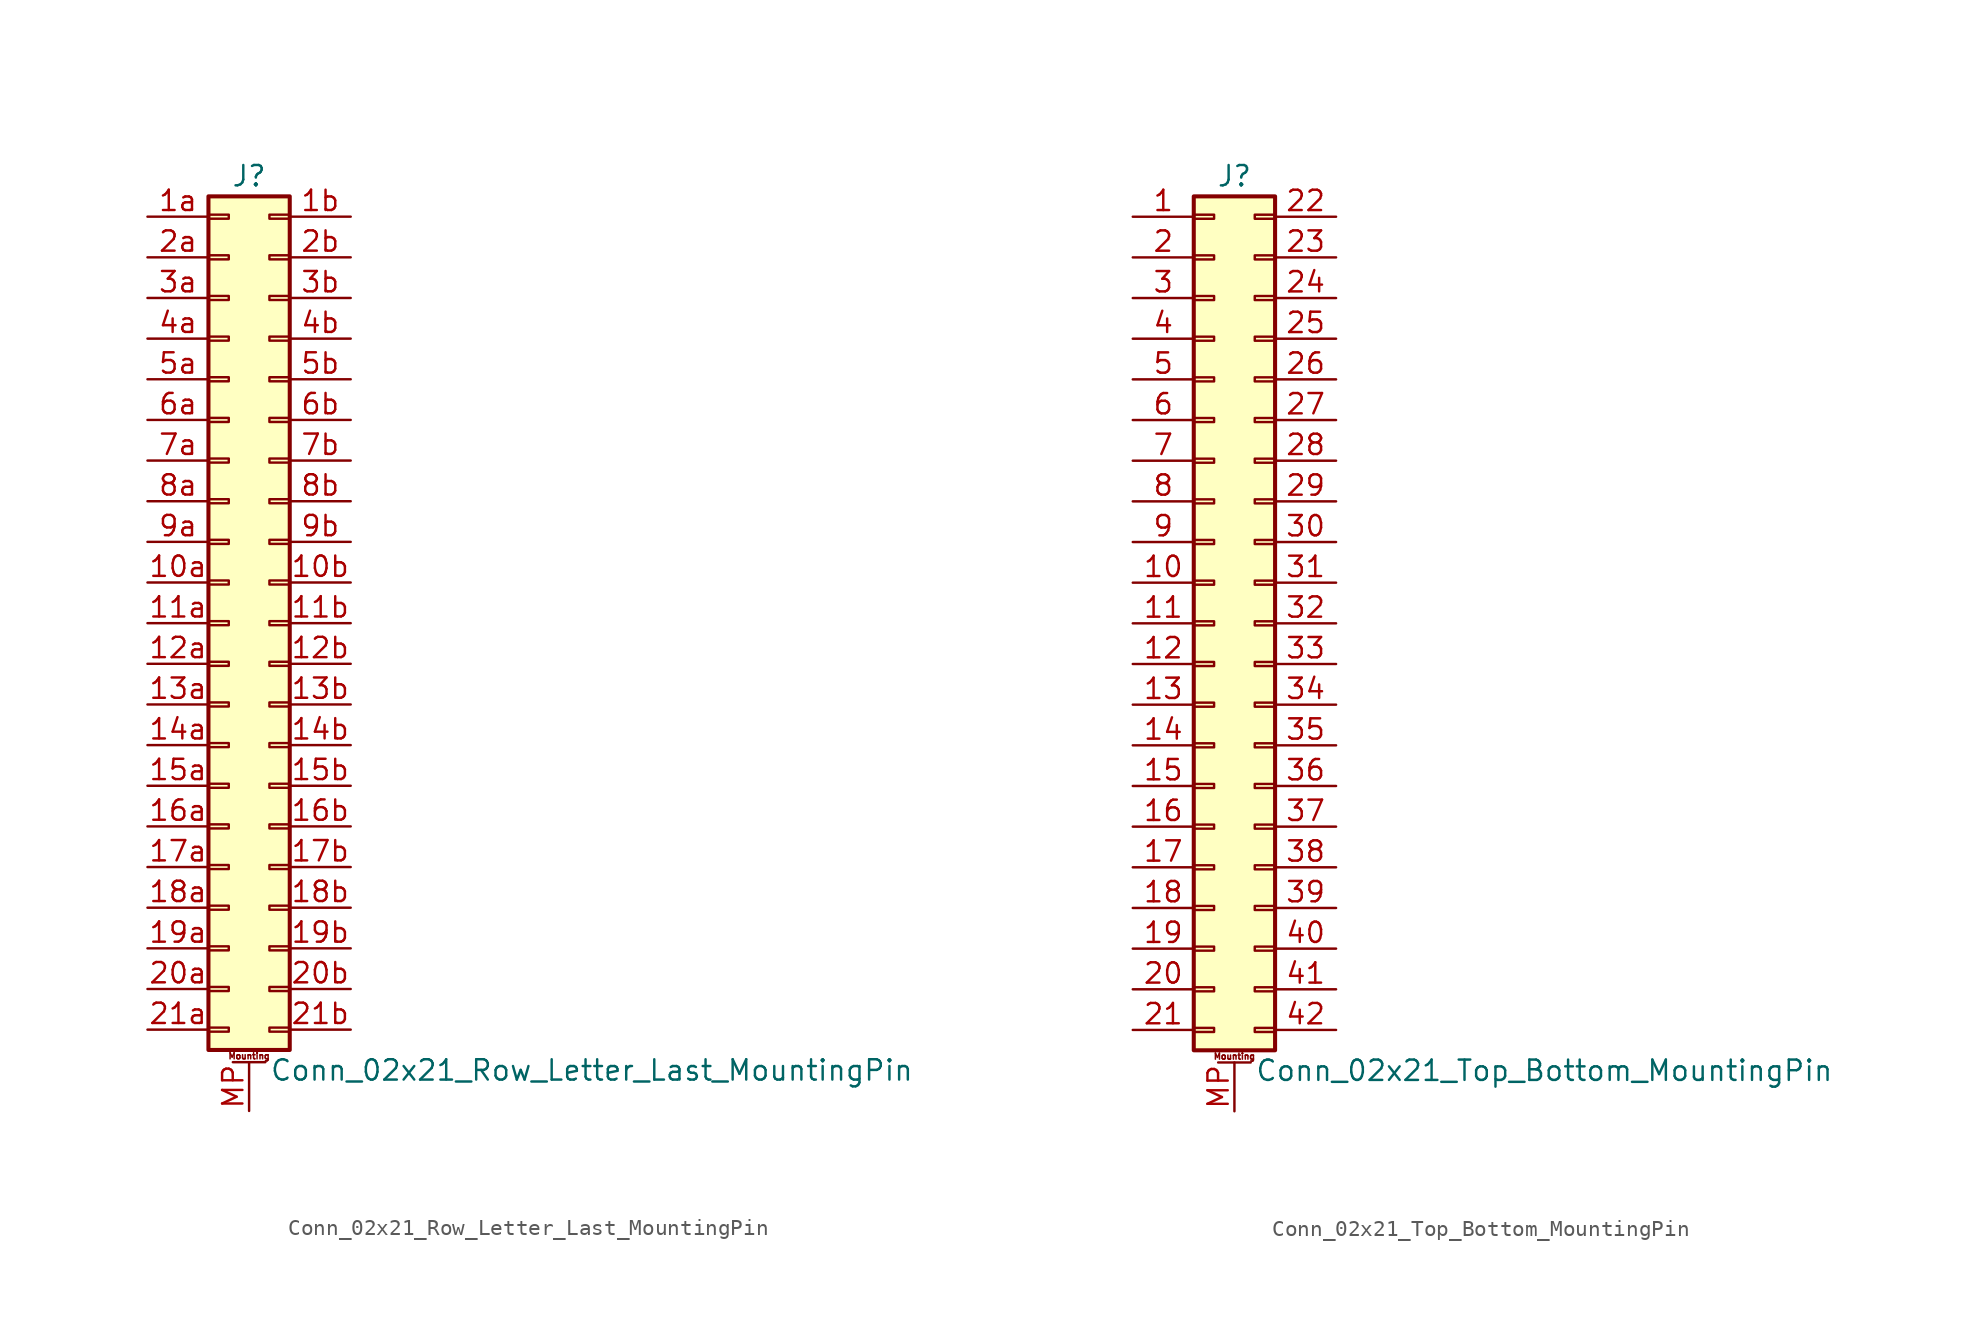
<source format=kicad_sym>
(kicad_symbol_lib
  (version 20201005)
  (generator kicad_symbol_editor)
  (symbol "Conn_02x21_Row_Letter_Last_MountingPin"
    (pin_names
      (offset 1.016) hide)
    (property "Reference" "J"
      (at 1.27 27.94 0)
      (effects (font (size 1.27 1.27))))
    (property "Value" "Conn_02x21_Row_Letter_Last_MountingPin"
      (at 2.54 -27.94 0)
      (effects (font (size 1.27 1.27)) (justify left)))
    (symbol "Conn_02x21_Row_Letter_Last_MountingPin_1_1"
      (text "Mounting" (at 1.27 -27.051 0) (effects (font (size 0.381 0.381))))
      (rectangle (start -1.27 -25.273) (end 0 -25.527) (stroke (width 0.152)) (fill (type none)))
      (rectangle (start -1.27 -22.733) (end 0 -22.987) (stroke (width 0.152)) (fill (type none)))
      (rectangle (start -1.27 -20.193) (end 0 -20.447) (stroke (width 0.152)) (fill (type none)))
      (rectangle (start -1.27 -17.653) (end 0 -17.907) (stroke (width 0.152)) (fill (type none)))
      (rectangle (start -1.27 -15.113) (end 0 -15.367) (stroke (width 0.152)) (fill (type none)))
      (rectangle (start -1.27 -12.573) (end 0 -12.827) (stroke (width 0.152)) (fill (type none)))
      (rectangle (start -1.27 -10.033) (end 0 -10.287) (stroke (width 0.152)) (fill (type none)))
      (rectangle (start -1.27 -7.493) (end 0 -7.747) (stroke (width 0.152)) (fill (type none)))
      (rectangle (start -1.27 -4.953) (end 0 -5.207) (stroke (width 0.152)) (fill (type none)))
      (rectangle (start -1.27 -2.413) (end 0 -2.667) (stroke (width 0.152)) (fill (type none)))
      (rectangle (start -1.27 0.127) (end 0 -0.127) (stroke (width 0.152)) (fill (type none)))
      (rectangle (start -1.27 2.667) (end 0 2.413) (stroke (width 0.152)) (fill (type none)))
      (rectangle (start -1.27 5.207) (end 0 4.953) (stroke (width 0.152)) (fill (type none)))
      (rectangle (start -1.27 7.747) (end 0 7.493) (stroke (width 0.152)) (fill (type none)))
      (rectangle (start -1.27 10.287) (end 0 10.033) (stroke (width 0.152)) (fill (type none)))
      (rectangle (start -1.27 12.827) (end 0 12.573) (stroke (width 0.152)) (fill (type none)))
      (rectangle (start -1.27 15.367) (end 0 15.113) (stroke (width 0.152)) (fill (type none)))
      (rectangle (start -1.27 17.907) (end 0 17.653) (stroke (width 0.152)) (fill (type none)))
      (rectangle (start -1.27 20.447) (end 0 20.193) (stroke (width 0.152)) (fill (type none)))
      (rectangle (start -1.27 22.987) (end 0 22.733) (stroke (width 0.152)) (fill (type none)))
      (rectangle (start -1.27 25.527) (end 0 25.273) (stroke (width 0.152)) (fill (type none)))
      (rectangle (start -1.27 26.67) (end 3.81 -26.67) (stroke (width 0.254)) (fill (type background)))
      (rectangle (start 3.81 -25.273) (end 2.54 -25.527) (stroke (width 0.152)) (fill (type none)))
      (rectangle (start 3.81 -22.733) (end 2.54 -22.987) (stroke (width 0.152)) (fill (type none)))
      (rectangle (start 3.81 -20.193) (end 2.54 -20.447) (stroke (width 0.152)) (fill (type none)))
      (rectangle (start 3.81 -17.653) (end 2.54 -17.907) (stroke (width 0.152)) (fill (type none)))
      (rectangle (start 3.81 -15.113) (end 2.54 -15.367) (stroke (width 0.152)) (fill (type none)))
      (rectangle (start 3.81 -12.573) (end 2.54 -12.827) (stroke (width 0.152)) (fill (type none)))
      (rectangle (start 3.81 -10.033) (end 2.54 -10.287) (stroke (width 0.152)) (fill (type none)))
      (rectangle (start 3.81 -7.493) (end 2.54 -7.747) (stroke (width 0.152)) (fill (type none)))
      (rectangle (start 3.81 -4.953) (end 2.54 -5.207) (stroke (width 0.152)) (fill (type none)))
      (rectangle (start 3.81 -2.413) (end 2.54 -2.667) (stroke (width 0.152)) (fill (type none)))
      (rectangle (start 3.81 0.127) (end 2.54 -0.127) (stroke (width 0.152)) (fill (type none)))
      (rectangle (start 3.81 2.667) (end 2.54 2.413) (stroke (width 0.152)) (fill (type none)))
      (rectangle (start 3.81 5.207) (end 2.54 4.953) (stroke (width 0.152)) (fill (type none)))
      (rectangle (start 3.81 7.747) (end 2.54 7.493) (stroke (width 0.152)) (fill (type none)))
      (rectangle (start 3.81 10.287) (end 2.54 10.033) (stroke (width 0.152)) (fill (type none)))
      (rectangle (start 3.81 12.827) (end 2.54 12.573) (stroke (width 0.152)) (fill (type none)))
      (rectangle (start 3.81 15.367) (end 2.54 15.113) (stroke (width 0.152)) (fill (type none)))
      (rectangle (start 3.81 17.907) (end 2.54 17.653) (stroke (width 0.152)) (fill (type none)))
      (rectangle (start 3.81 20.447) (end 2.54 20.193) (stroke (width 0.152)) (fill (type none)))
      (rectangle (start 3.81 22.987) (end 2.54 22.733) (stroke (width 0.152)) (fill (type none)))
      (rectangle (start 3.81 25.527) (end 2.54 25.273) (stroke (width 0.152)) (fill (type none)))
      (polyline (pts (xy 0.254 -27.432) (xy 2.286 -27.432)) (stroke (width 0.152)) (fill (type none)))
      (pin passive line (at -5.08 2.54 0) (length 3.81) (name "Pin_10a" (effects (font (size 1.27 1.27)))) (number "10a" (effects (font (size 1.27 1.27)))))
      (pin passive line (at 7.62 2.54 180) (length 3.81) (name "Pin_10b" (effects (font (size 1.27 1.27)))) (number "10b" (effects (font (size 1.27 1.27)))))
      (pin passive line (at -5.08 0 0) (length 3.81) (name "Pin_11a" (effects (font (size 1.27 1.27)))) (number "11a" (effects (font (size 1.27 1.27)))))
      (pin passive line (at 7.62 0 180) (length 3.81) (name "Pin_11b" (effects (font (size 1.27 1.27)))) (number "11b" (effects (font (size 1.27 1.27)))))
      (pin passive line (at -5.08 -2.54 0) (length 3.81) (name "Pin_12a" (effects (font (size 1.27 1.27)))) (number "12a" (effects (font (size 1.27 1.27)))))
      (pin passive line (at 7.62 -2.54 180) (length 3.81) (name "Pin_12b" (effects (font (size 1.27 1.27)))) (number "12b" (effects (font (size 1.27 1.27)))))
      (pin passive line (at -5.08 -5.08 0) (length 3.81) (name "Pin_13a" (effects (font (size 1.27 1.27)))) (number "13a" (effects (font (size 1.27 1.27)))))
      (pin passive line (at 7.62 -5.08 180) (length 3.81) (name "Pin_13b" (effects (font (size 1.27 1.27)))) (number "13b" (effects (font (size 1.27 1.27)))))
      (pin passive line (at -5.08 -7.62 0) (length 3.81) (name "Pin_14a" (effects (font (size 1.27 1.27)))) (number "14a" (effects (font (size 1.27 1.27)))))
      (pin passive line (at 7.62 -7.62 180) (length 3.81) (name "Pin_14b" (effects (font (size 1.27 1.27)))) (number "14b" (effects (font (size 1.27 1.27)))))
      (pin passive line (at -5.08 -10.16 0) (length 3.81) (name "Pin_15a" (effects (font (size 1.27 1.27)))) (number "15a" (effects (font (size 1.27 1.27)))))
      (pin passive line (at 7.62 -10.16 180) (length 3.81) (name "Pin_15b" (effects (font (size 1.27 1.27)))) (number "15b" (effects (font (size 1.27 1.27)))))
      (pin passive line (at -5.08 -12.7 0) (length 3.81) (name "Pin_16a" (effects (font (size 1.27 1.27)))) (number "16a" (effects (font (size 1.27 1.27)))))
      (pin passive line (at 7.62 -12.7 180) (length 3.81) (name "Pin_16b" (effects (font (size 1.27 1.27)))) (number "16b" (effects (font (size 1.27 1.27)))))
      (pin passive line (at -5.08 -15.24 0) (length 3.81) (name "Pin_17a" (effects (font (size 1.27 1.27)))) (number "17a" (effects (font (size 1.27 1.27)))))
      (pin passive line (at 7.62 -15.24 180) (length 3.81) (name "Pin_17b" (effects (font (size 1.27 1.27)))) (number "17b" (effects (font (size 1.27 1.27)))))
      (pin passive line (at -5.08 -17.78 0) (length 3.81) (name "Pin_18a" (effects (font (size 1.27 1.27)))) (number "18a" (effects (font (size 1.27 1.27)))))
      (pin passive line (at 7.62 -17.78 180) (length 3.81) (name "Pin_18b" (effects (font (size 1.27 1.27)))) (number "18b" (effects (font (size 1.27 1.27)))))
      (pin passive line (at -5.08 -20.32 0) (length 3.81) (name "Pin_19a" (effects (font (size 1.27 1.27)))) (number "19a" (effects (font (size 1.27 1.27)))))
      (pin passive line (at 7.62 -20.32 180) (length 3.81) (name "Pin_19b" (effects (font (size 1.27 1.27)))) (number "19b" (effects (font (size 1.27 1.27)))))
      (pin passive line (at -5.08 25.4 0) (length 3.81) (name "Pin_1a" (effects (font (size 1.27 1.27)))) (number "1a" (effects (font (size 1.27 1.27)))))
      (pin passive line (at 7.62 25.4 180) (length 3.81) (name "Pin_1b" (effects (font (size 1.27 1.27)))) (number "1b" (effects (font (size 1.27 1.27)))))
      (pin passive line (at -5.08 -22.86 0) (length 3.81) (name "Pin_20a" (effects (font (size 1.27 1.27)))) (number "20a" (effects (font (size 1.27 1.27)))))
      (pin passive line (at 7.62 -22.86 180) (length 3.81) (name "Pin_20b" (effects (font (size 1.27 1.27)))) (number "20b" (effects (font (size 1.27 1.27)))))
      (pin passive line (at -5.08 -25.4 0) (length 3.81) (name "Pin_21a" (effects (font (size 1.27 1.27)))) (number "21a" (effects (font (size 1.27 1.27)))))
      (pin passive line (at 7.62 -25.4 180) (length 3.81) (name "Pin_21b" (effects (font (size 1.27 1.27)))) (number "21b" (effects (font (size 1.27 1.27)))))
      (pin passive line (at -5.08 22.86 0) (length 3.81) (name "Pin_2a" (effects (font (size 1.27 1.27)))) (number "2a" (effects (font (size 1.27 1.27)))))
      (pin passive line (at 7.62 22.86 180) (length 3.81) (name "Pin_2b" (effects (font (size 1.27 1.27)))) (number "2b" (effects (font (size 1.27 1.27)))))
      (pin passive line (at -5.08 20.32 0) (length 3.81) (name "Pin_3a" (effects (font (size 1.27 1.27)))) (number "3a" (effects (font (size 1.27 1.27)))))
      (pin passive line (at 7.62 20.32 180) (length 3.81) (name "Pin_3b" (effects (font (size 1.27 1.27)))) (number "3b" (effects (font (size 1.27 1.27)))))
      (pin passive line (at -5.08 17.78 0) (length 3.81) (name "Pin_4a" (effects (font (size 1.27 1.27)))) (number "4a" (effects (font (size 1.27 1.27)))))
      (pin passive line (at 7.62 17.78 180) (length 3.81) (name "Pin_4b" (effects (font (size 1.27 1.27)))) (number "4b" (effects (font (size 1.27 1.27)))))
      (pin passive line (at -5.08 15.24 0) (length 3.81) (name "Pin_5a" (effects (font (size 1.27 1.27)))) (number "5a" (effects (font (size 1.27 1.27)))))
      (pin passive line (at 7.62 15.24 180) (length 3.81) (name "Pin_5b" (effects (font (size 1.27 1.27)))) (number "5b" (effects (font (size 1.27 1.27)))))
      (pin passive line (at -5.08 12.7 0) (length 3.81) (name "Pin_6a" (effects (font (size 1.27 1.27)))) (number "6a" (effects (font (size 1.27 1.27)))))
      (pin passive line (at 7.62 12.7 180) (length 3.81) (name "Pin_6b" (effects (font (size 1.27 1.27)))) (number "6b" (effects (font (size 1.27 1.27)))))
      (pin passive line (at -5.08 10.16 0) (length 3.81) (name "Pin_7a" (effects (font (size 1.27 1.27)))) (number "7a" (effects (font (size 1.27 1.27)))))
      (pin passive line (at 7.62 10.16 180) (length 3.81) (name "Pin_7b" (effects (font (size 1.27 1.27)))) (number "7b" (effects (font (size 1.27 1.27)))))
      (pin passive line (at -5.08 7.62 0) (length 3.81) (name "Pin_8a" (effects (font (size 1.27 1.27)))) (number "8a" (effects (font (size 1.27 1.27)))))
      (pin passive line (at 7.62 7.62 180) (length 3.81) (name "Pin_8b" (effects (font (size 1.27 1.27)))) (number "8b" (effects (font (size 1.27 1.27)))))
      (pin passive line (at -5.08 5.08 0) (length 3.81) (name "Pin_9a" (effects (font (size 1.27 1.27)))) (number "9a" (effects (font (size 1.27 1.27)))))
      (pin passive line (at 7.62 5.08 180) (length 3.81) (name "Pin_9b" (effects (font (size 1.27 1.27)))) (number "9b" (effects (font (size 1.27 1.27)))))
      (pin passive line (at 1.27 -30.48 90) (length 3.048) (name "MountPin" (effects (font (size 1.27 1.27)))) (number "MP" (effects (font (size 1.27 1.27)))))))
  (symbol "Conn_02x21_Top_Bottom_MountingPin"
    (pin_names
      (offset 1.016) hide)
    (property "Reference" "J"
      (at 1.27 27.94 0)
      (effects (font (size 1.27 1.27))))
    (property "Value" "Conn_02x21_Top_Bottom_MountingPin"
      (at 2.54 -27.94 0)
      (effects (font (size 1.27 1.27)) (justify left)))
    (symbol "Conn_02x21_Top_Bottom_MountingPin_1_1"
      (text "Mounting" (at 1.27 -27.051 0) (effects (font (size 0.381 0.381))))
      (rectangle (start -1.27 -25.273) (end 0 -25.527) (stroke (width 0.152)) (fill (type none)))
      (rectangle (start -1.27 -22.733) (end 0 -22.987) (stroke (width 0.152)) (fill (type none)))
      (rectangle (start -1.27 -20.193) (end 0 -20.447) (stroke (width 0.152)) (fill (type none)))
      (rectangle (start -1.27 -17.653) (end 0 -17.907) (stroke (width 0.152)) (fill (type none)))
      (rectangle (start -1.27 -15.113) (end 0 -15.367) (stroke (width 0.152)) (fill (type none)))
      (rectangle (start -1.27 -12.573) (end 0 -12.827) (stroke (width 0.152)) (fill (type none)))
      (rectangle (start -1.27 -10.033) (end 0 -10.287) (stroke (width 0.152)) (fill (type none)))
      (rectangle (start -1.27 -7.493) (end 0 -7.747) (stroke (width 0.152)) (fill (type none)))
      (rectangle (start -1.27 -4.953) (end 0 -5.207) (stroke (width 0.152)) (fill (type none)))
      (rectangle (start -1.27 -2.413) (end 0 -2.667) (stroke (width 0.152)) (fill (type none)))
      (rectangle (start -1.27 0.127) (end 0 -0.127) (stroke (width 0.152)) (fill (type none)))
      (rectangle (start -1.27 2.667) (end 0 2.413) (stroke (width 0.152)) (fill (type none)))
      (rectangle (start -1.27 5.207) (end 0 4.953) (stroke (width 0.152)) (fill (type none)))
      (rectangle (start -1.27 7.747) (end 0 7.493) (stroke (width 0.152)) (fill (type none)))
      (rectangle (start -1.27 10.287) (end 0 10.033) (stroke (width 0.152)) (fill (type none)))
      (rectangle (start -1.27 12.827) (end 0 12.573) (stroke (width 0.152)) (fill (type none)))
      (rectangle (start -1.27 15.367) (end 0 15.113) (stroke (width 0.152)) (fill (type none)))
      (rectangle (start -1.27 17.907) (end 0 17.653) (stroke (width 0.152)) (fill (type none)))
      (rectangle (start -1.27 20.447) (end 0 20.193) (stroke (width 0.152)) (fill (type none)))
      (rectangle (start -1.27 22.987) (end 0 22.733) (stroke (width 0.152)) (fill (type none)))
      (rectangle (start -1.27 25.527) (end 0 25.273) (stroke (width 0.152)) (fill (type none)))
      (rectangle (start -1.27 26.67) (end 3.81 -26.67) (stroke (width 0.254)) (fill (type background)))
      (rectangle (start 3.81 -25.273) (end 2.54 -25.527) (stroke (width 0.152)) (fill (type none)))
      (rectangle (start 3.81 -22.733) (end 2.54 -22.987) (stroke (width 0.152)) (fill (type none)))
      (rectangle (start 3.81 -20.193) (end 2.54 -20.447) (stroke (width 0.152)) (fill (type none)))
      (rectangle (start 3.81 -17.653) (end 2.54 -17.907) (stroke (width 0.152)) (fill (type none)))
      (rectangle (start 3.81 -15.113) (end 2.54 -15.367) (stroke (width 0.152)) (fill (type none)))
      (rectangle (start 3.81 -12.573) (end 2.54 -12.827) (stroke (width 0.152)) (fill (type none)))
      (rectangle (start 3.81 -10.033) (end 2.54 -10.287) (stroke (width 0.152)) (fill (type none)))
      (rectangle (start 3.81 -7.493) (end 2.54 -7.747) (stroke (width 0.152)) (fill (type none)))
      (rectangle (start 3.81 -4.953) (end 2.54 -5.207) (stroke (width 0.152)) (fill (type none)))
      (rectangle (start 3.81 -2.413) (end 2.54 -2.667) (stroke (width 0.152)) (fill (type none)))
      (rectangle (start 3.81 0.127) (end 2.54 -0.127) (stroke (width 0.152)) (fill (type none)))
      (rectangle (start 3.81 2.667) (end 2.54 2.413) (stroke (width 0.152)) (fill (type none)))
      (rectangle (start 3.81 5.207) (end 2.54 4.953) (stroke (width 0.152)) (fill (type none)))
      (rectangle (start 3.81 7.747) (end 2.54 7.493) (stroke (width 0.152)) (fill (type none)))
      (rectangle (start 3.81 10.287) (end 2.54 10.033) (stroke (width 0.152)) (fill (type none)))
      (rectangle (start 3.81 12.827) (end 2.54 12.573) (stroke (width 0.152)) (fill (type none)))
      (rectangle (start 3.81 15.367) (end 2.54 15.113) (stroke (width 0.152)) (fill (type none)))
      (rectangle (start 3.81 17.907) (end 2.54 17.653) (stroke (width 0.152)) (fill (type none)))
      (rectangle (start 3.81 20.447) (end 2.54 20.193) (stroke (width 0.152)) (fill (type none)))
      (rectangle (start 3.81 22.987) (end 2.54 22.733) (stroke (width 0.152)) (fill (type none)))
      (rectangle (start 3.81 25.527) (end 2.54 25.273) (stroke (width 0.152)) (fill (type none)))
      (polyline (pts (xy 0.254 -27.432) (xy 2.286 -27.432)) (stroke (width 0.152)) (fill (type none)))
      (pin passive line (at -5.08 25.4 0) (length 3.81) (name "Pin_1" (effects (font (size 1.27 1.27)))) (number "1" (effects (font (size 1.27 1.27)))))
      (pin passive line (at -5.08 2.54 0) (length 3.81) (name "Pin_10" (effects (font (size 1.27 1.27)))) (number "10" (effects (font (size 1.27 1.27)))))
      (pin passive line (at -5.08 0 0) (length 3.81) (name "Pin_11" (effects (font (size 1.27 1.27)))) (number "11" (effects (font (size 1.27 1.27)))))
      (pin passive line (at -5.08 -2.54 0) (length 3.81) (name "Pin_12" (effects (font (size 1.27 1.27)))) (number "12" (effects (font (size 1.27 1.27)))))
      (pin passive line (at -5.08 -5.08 0) (length 3.81) (name "Pin_13" (effects (font (size 1.27 1.27)))) (number "13" (effects (font (size 1.27 1.27)))))
      (pin passive line (at -5.08 -7.62 0) (length 3.81) (name "Pin_14" (effects (font (size 1.27 1.27)))) (number "14" (effects (font (size 1.27 1.27)))))
      (pin passive line (at -5.08 -10.16 0) (length 3.81) (name "Pin_15" (effects (font (size 1.27 1.27)))) (number "15" (effects (font (size 1.27 1.27)))))
      (pin passive line (at -5.08 -12.7 0) (length 3.81) (name "Pin_16" (effects (font (size 1.27 1.27)))) (number "16" (effects (font (size 1.27 1.27)))))
      (pin passive line (at -5.08 -15.24 0) (length 3.81) (name "Pin_17" (effects (font (size 1.27 1.27)))) (number "17" (effects (font (size 1.27 1.27)))))
      (pin passive line (at -5.08 -17.78 0) (length 3.81) (name "Pin_18" (effects (font (size 1.27 1.27)))) (number "18" (effects (font (size 1.27 1.27)))))
      (pin passive line (at -5.08 -20.32 0) (length 3.81) (name "Pin_19" (effects (font (size 1.27 1.27)))) (number "19" (effects (font (size 1.27 1.27)))))
      (pin passive line (at -5.08 22.86 0) (length 3.81) (name "Pin_2" (effects (font (size 1.27 1.27)))) (number "2" (effects (font (size 1.27 1.27)))))
      (pin passive line (at -5.08 -22.86 0) (length 3.81) (name "Pin_20" (effects (font (size 1.27 1.27)))) (number "20" (effects (font (size 1.27 1.27)))))
      (pin passive line (at -5.08 -25.4 0) (length 3.81) (name "Pin_21" (effects (font (size 1.27 1.27)))) (number "21" (effects (font (size 1.27 1.27)))))
      (pin passive line (at 7.62 25.4 180) (length 3.81) (name "Pin_22" (effects (font (size 1.27 1.27)))) (number "22" (effects (font (size 1.27 1.27)))))
      (pin passive line (at 7.62 22.86 180) (length 3.81) (name "Pin_23" (effects (font (size 1.27 1.27)))) (number "23" (effects (font (size 1.27 1.27)))))
      (pin passive line (at 7.62 20.32 180) (length 3.81) (name "Pin_24" (effects (font (size 1.27 1.27)))) (number "24" (effects (font (size 1.27 1.27)))))
      (pin passive line (at 7.62 17.78 180) (length 3.81) (name "Pin_25" (effects (font (size 1.27 1.27)))) (number "25" (effects (font (size 1.27 1.27)))))
      (pin passive line (at 7.62 15.24 180) (length 3.81) (name "Pin_26" (effects (font (size 1.27 1.27)))) (number "26" (effects (font (size 1.27 1.27)))))
      (pin passive line (at 7.62 12.7 180) (length 3.81) (name "Pin_27" (effects (font (size 1.27 1.27)))) (number "27" (effects (font (size 1.27 1.27)))))
      (pin passive line (at 7.62 10.16 180) (length 3.81) (name "Pin_28" (effects (font (size 1.27 1.27)))) (number "28" (effects (font (size 1.27 1.27)))))
      (pin passive line (at 7.62 7.62 180) (length 3.81) (name "Pin_29" (effects (font (size 1.27 1.27)))) (number "29" (effects (font (size 1.27 1.27)))))
      (pin passive line (at -5.08 20.32 0) (length 3.81) (name "Pin_3" (effects (font (size 1.27 1.27)))) (number "3" (effects (font (size 1.27 1.27)))))
      (pin passive line (at 7.62 5.08 180) (length 3.81) (name "Pin_30" (effects (font (size 1.27 1.27)))) (number "30" (effects (font (size 1.27 1.27)))))
      (pin passive line (at 7.62 2.54 180) (length 3.81) (name "Pin_31" (effects (font (size 1.27 1.27)))) (number "31" (effects (font (size 1.27 1.27)))))
      (pin passive line (at 7.62 0 180) (length 3.81) (name "Pin_32" (effects (font (size 1.27 1.27)))) (number "32" (effects (font (size 1.27 1.27)))))
      (pin passive line (at 7.62 -2.54 180) (length 3.81) (name "Pin_33" (effects (font (size 1.27 1.27)))) (number "33" (effects (font (size 1.27 1.27)))))
      (pin passive line (at 7.62 -5.08 180) (length 3.81) (name "Pin_34" (effects (font (size 1.27 1.27)))) (number "34" (effects (font (size 1.27 1.27)))))
      (pin passive line (at 7.62 -7.62 180) (length 3.81) (name "Pin_35" (effects (font (size 1.27 1.27)))) (number "35" (effects (font (size 1.27 1.27)))))
      (pin passive line (at 7.62 -10.16 180) (length 3.81) (name "Pin_36" (effects (font (size 1.27 1.27)))) (number "36" (effects (font (size 1.27 1.27)))))
      (pin passive line (at 7.62 -12.7 180) (length 3.81) (name "Pin_37" (effects (font (size 1.27 1.27)))) (number "37" (effects (font (size 1.27 1.27)))))
      (pin passive line (at 7.62 -15.24 180) (length 3.81) (name "Pin_38" (effects (font (size 1.27 1.27)))) (number "38" (effects (font (size 1.27 1.27)))))
      (pin passive line (at 7.62 -17.78 180) (length 3.81) (name "Pin_39" (effects (font (size 1.27 1.27)))) (number "39" (effects (font (size 1.27 1.27)))))
      (pin passive line (at -5.08 17.78 0) (length 3.81) (name "Pin_4" (effects (font (size 1.27 1.27)))) (number "4" (effects (font (size 1.27 1.27)))))
      (pin passive line (at 7.62 -20.32 180) (length 3.81) (name "Pin_40" (effects (font (size 1.27 1.27)))) (number "40" (effects (font (size 1.27 1.27)))))
      (pin passive line (at 7.62 -22.86 180) (length 3.81) (name "Pin_41" (effects (font (size 1.27 1.27)))) (number "41" (effects (font (size 1.27 1.27)))))
      (pin passive line (at 7.62 -25.4 180) (length 3.81) (name "Pin_42" (effects (font (size 1.27 1.27)))) (number "42" (effects (font (size 1.27 1.27)))))
      (pin passive line (at -5.08 15.24 0) (length 3.81) (name "Pin_5" (effects (font (size 1.27 1.27)))) (number "5" (effects (font (size 1.27 1.27)))))
      (pin passive line (at -5.08 12.7 0) (length 3.81) (name "Pin_6" (effects (font (size 1.27 1.27)))) (number "6" (effects (font (size 1.27 1.27)))))
      (pin passive line (at -5.08 10.16 0) (length 3.81) (name "Pin_7" (effects (font (size 1.27 1.27)))) (number "7" (effects (font (size 1.27 1.27)))))
      (pin passive line (at -5.08 7.62 0) (length 3.81) (name "Pin_8" (effects (font (size 1.27 1.27)))) (number "8" (effects (font (size 1.27 1.27)))))
      (pin passive line (at -5.08 5.08 0) (length 3.81) (name "Pin_9" (effects (font (size 1.27 1.27)))) (number "9" (effects (font (size 1.27 1.27)))))
      (pin passive line (at 1.27 -30.48 90) (length 3.048) (name "MountPin" (effects (font (size 1.27 1.27)))) (number "MP" (effects (font (size 1.27 1.27))))))))
</source>
